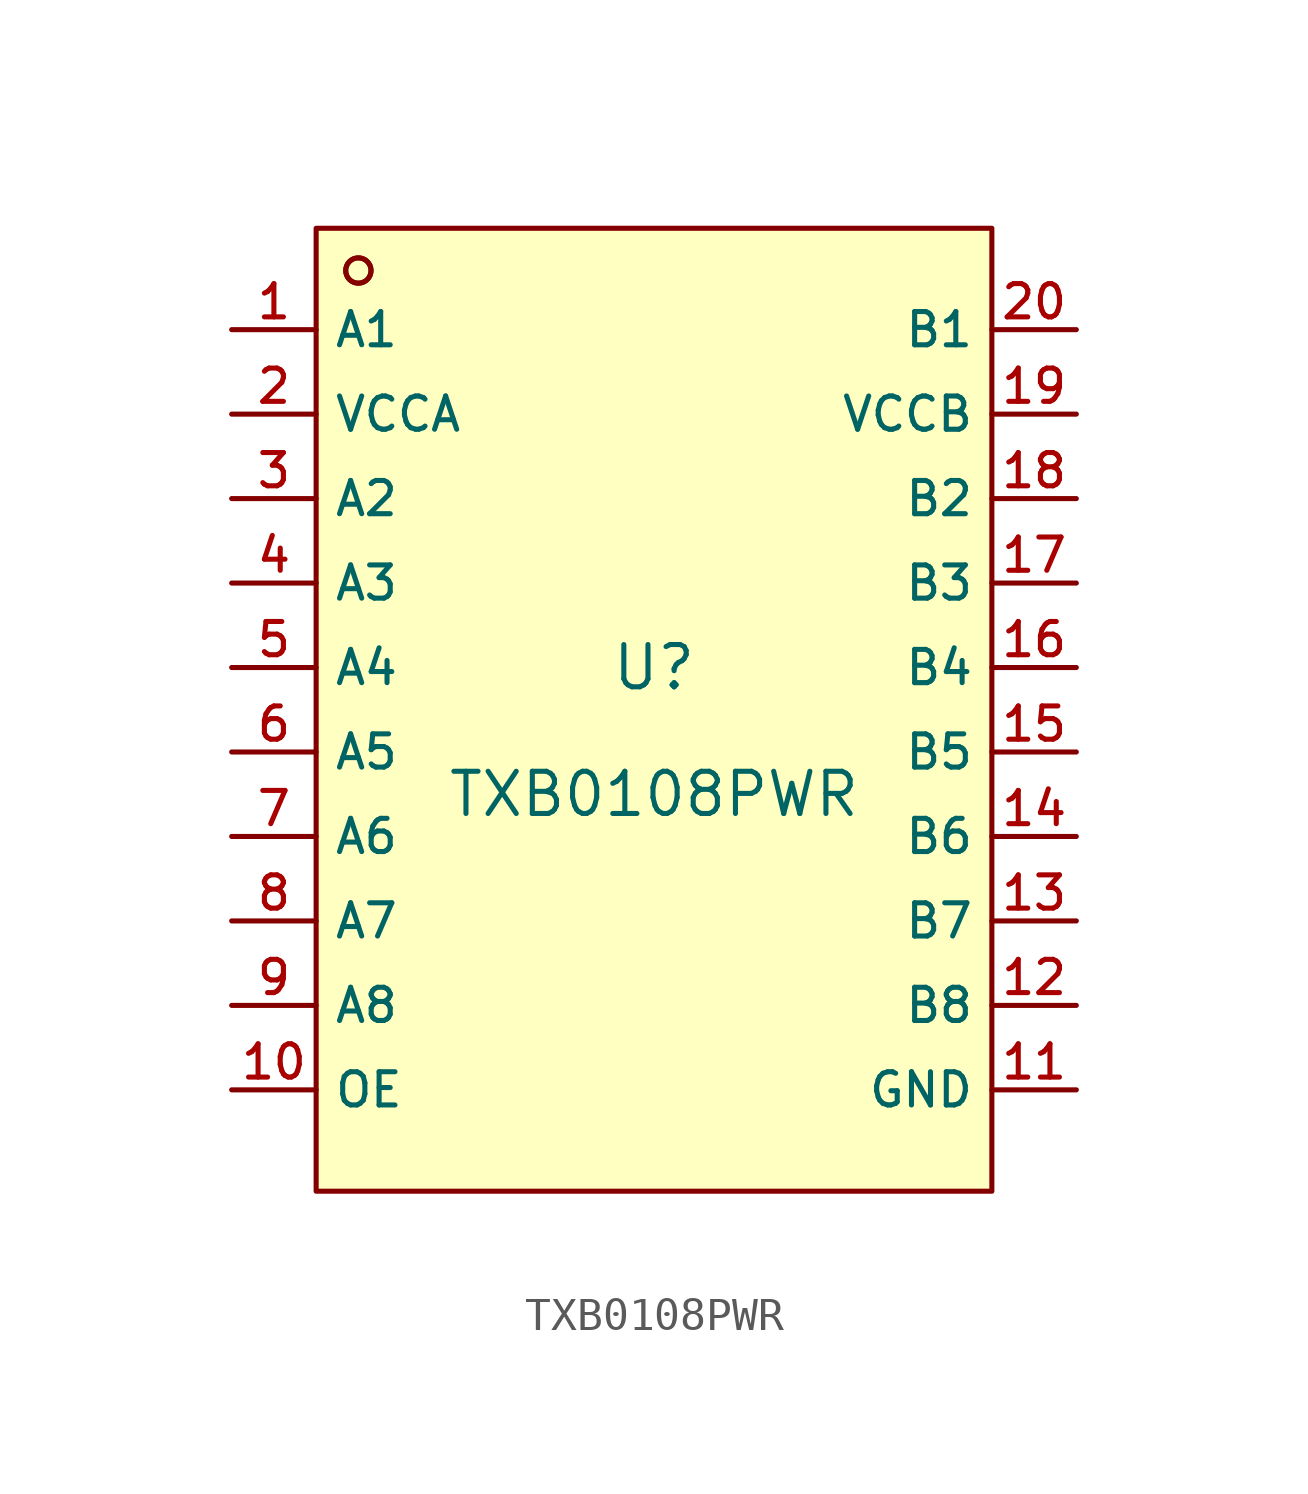
<source format=kicad_sym>
(kicad_symbol_lib
  (version 20210201)
  (generator TousstNicolas/JLC2KiCad_lib)
  (symbol "TXB0108PWR"
    (property "Reference" "U"
      (at 0 1.27 0)
      (effects (font (size 1.27 1.27))))
    (property "Value" "TXB0108PWR"
      (at 0 -2.54 0)
      (effects (font (size 1.27 1.27))))
    (symbol "TXB0108PWR_0_1"
      (circle (center -8.89 13.208) (radius 0.381) (stroke (width 0) (type default) (color 0 0 0 0)) (fill (type background)))
      (rectangle (start -10.16 14.478) (end 10.16 -14.478) (stroke (width 0) (type default) (color 0 0 0 0)) (fill (type background)))
      (circle (center -8.89 13.208) (radius 0.381) (stroke (width 0) (type default) (color 0 0 0 0)) (fill (type background)))
      (pin unspecified line (at -12.7 11.43 0) (length 2.54) (name "A1" (effects (font (size 1 1)))) (number "1" (effects (font (size 1 1)))))
      (pin unspecified line (at -12.7 8.89 0) (length 2.54) (name "VCCA" (effects (font (size 1 1)))) (number "2" (effects (font (size 1 1)))))
      (pin unspecified line (at -12.7 6.35 0) (length 2.54) (name "A2" (effects (font (size 1 1)))) (number "3" (effects (font (size 1 1)))))
      (pin unspecified line (at -12.7 3.81 0) (length 2.54) (name "A3" (effects (font (size 1 1)))) (number "4" (effects (font (size 1 1)))))
      (pin unspecified line (at -12.7 1.27 0) (length 2.54) (name "A4" (effects (font (size 1 1)))) (number "5" (effects (font (size 1 1)))))
      (pin unspecified line (at -12.7 -1.27 0) (length 2.54) (name "A5" (effects (font (size 1 1)))) (number "6" (effects (font (size 1 1)))))
      (pin unspecified line (at -12.7 -3.81 0) (length 2.54) (name "A6" (effects (font (size 1 1)))) (number "7" (effects (font (size 1 1)))))
      (pin unspecified line (at -12.7 -6.35 0) (length 2.54) (name "A7" (effects (font (size 1 1)))) (number "8" (effects (font (size 1 1)))))
      (pin unspecified line (at -12.7 -8.89 0) (length 2.54) (name "A8" (effects (font (size 1 1)))) (number "9" (effects (font (size 1 1)))))
      (pin unspecified line (at -12.7 -11.43 0) (length 2.54) (name "OE" (effects (font (size 1 1)))) (number "10" (effects (font (size 1 1)))))
      (pin unspecified line (at 12.7 -11.43 180) (length 2.54) (name "GND" (effects (font (size 1 1)))) (number "11" (effects (font (size 1 1)))))
      (pin unspecified line (at 12.7 -8.89 180) (length 2.54) (name "B8" (effects (font (size 1 1)))) (number "12" (effects (font (size 1 1)))))
      (pin unspecified line (at 12.7 -6.35 180) (length 2.54) (name "B7" (effects (font (size 1 1)))) (number "13" (effects (font (size 1 1)))))
      (pin unspecified line (at 12.7 -3.81 180) (length 2.54) (name "B6" (effects (font (size 1 1)))) (number "14" (effects (font (size 1 1)))))
      (pin unspecified line (at 12.7 -1.27 180) (length 2.54) (name "B5" (effects (font (size 1 1)))) (number "15" (effects (font (size 1 1)))))
      (pin unspecified line (at 12.7 1.27 180) (length 2.54) (name "B4" (effects (font (size 1 1)))) (number "16" (effects (font (size 1 1)))))
      (pin unspecified line (at 12.7 3.81 180) (length 2.54) (name "B3" (effects (font (size 1 1)))) (number "17" (effects (font (size 1 1)))))
      (pin unspecified line (at 12.7 6.35 180) (length 2.54) (name "B2" (effects (font (size 1 1)))) (number "18" (effects (font (size 1 1)))))
      (pin unspecified line (at 12.7 8.89 180) (length 2.54) (name "VCCB" (effects (font (size 1 1)))) (number "19" (effects (font (size 1 1)))))
      (pin unspecified line (at 12.7 11.43 180) (length 2.54) (name "B1" (effects (font (size 1 1)))) (number "20" (effects (font (size 1 1))))))))
</source>
